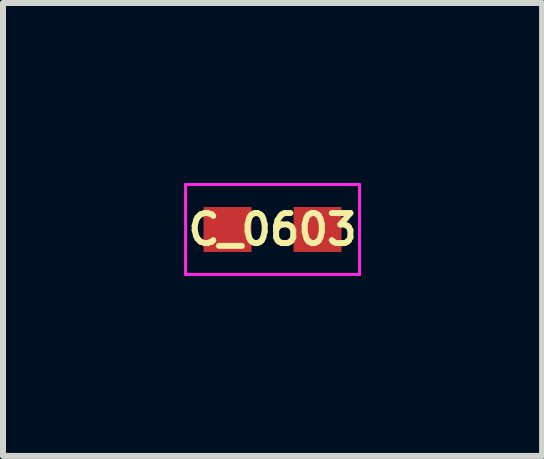
<source format=kicad_pcb>
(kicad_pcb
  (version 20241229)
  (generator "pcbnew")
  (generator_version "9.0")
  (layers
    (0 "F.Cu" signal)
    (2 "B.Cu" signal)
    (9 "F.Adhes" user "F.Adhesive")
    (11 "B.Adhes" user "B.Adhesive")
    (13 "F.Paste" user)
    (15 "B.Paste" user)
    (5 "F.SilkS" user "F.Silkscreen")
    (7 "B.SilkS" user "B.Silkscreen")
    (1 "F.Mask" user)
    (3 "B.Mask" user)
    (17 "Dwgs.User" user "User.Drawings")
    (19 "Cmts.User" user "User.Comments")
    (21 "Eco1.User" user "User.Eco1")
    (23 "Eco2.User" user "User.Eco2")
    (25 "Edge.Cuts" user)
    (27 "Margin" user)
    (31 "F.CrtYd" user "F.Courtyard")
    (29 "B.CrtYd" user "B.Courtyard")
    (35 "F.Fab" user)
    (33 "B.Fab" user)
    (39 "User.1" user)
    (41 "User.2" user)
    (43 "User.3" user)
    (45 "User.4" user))
  (footprint "C_0603"
    (layer "F.Cu")
    (at 1.493 0.775)
    (property "Reference" "C_0603" (at 0 0 0) (layer "F.SilkS") (effects (font (size 0.5 0.5) (thickness 0.1))))
    (attr smd)
    (fp_line (start -1.45 -0.75) (end -1.45 0.75) (stroke (width 0.05) (type solid)) (layer "F.CrtYd"))
    (fp_line (start -1.45 -0.75) (end 1.45 -0.75) (stroke (width 0.05) (type solid)) (layer "F.CrtYd"))
    (fp_line (start -1.45 0.75) (end 1.45 0.75) (stroke (width 0.05) (type solid)) (layer "F.CrtYd"))
    (fp_line (start 1.45 -0.75) (end 1.45 0.75) (stroke (width 0.05) (type solid)) (layer "F.CrtYd"))
    (pad "1" smd rect (at -0.75 0) (size 0.8 0.75) (layers "F.Cu" "F.Mask" "F.Paste"))
    (pad "2" smd rect (at 0.75 0) (size 0.8 0.75) (layers "F.Cu" "F.Mask" "F.Paste")))
  (gr_rect
    (start -3 -3)
    (end 5.986 4.55)
    (stroke (width 0.1) (type default))
    (fill no)
    (layer "Edge.Cuts")))
</source>
